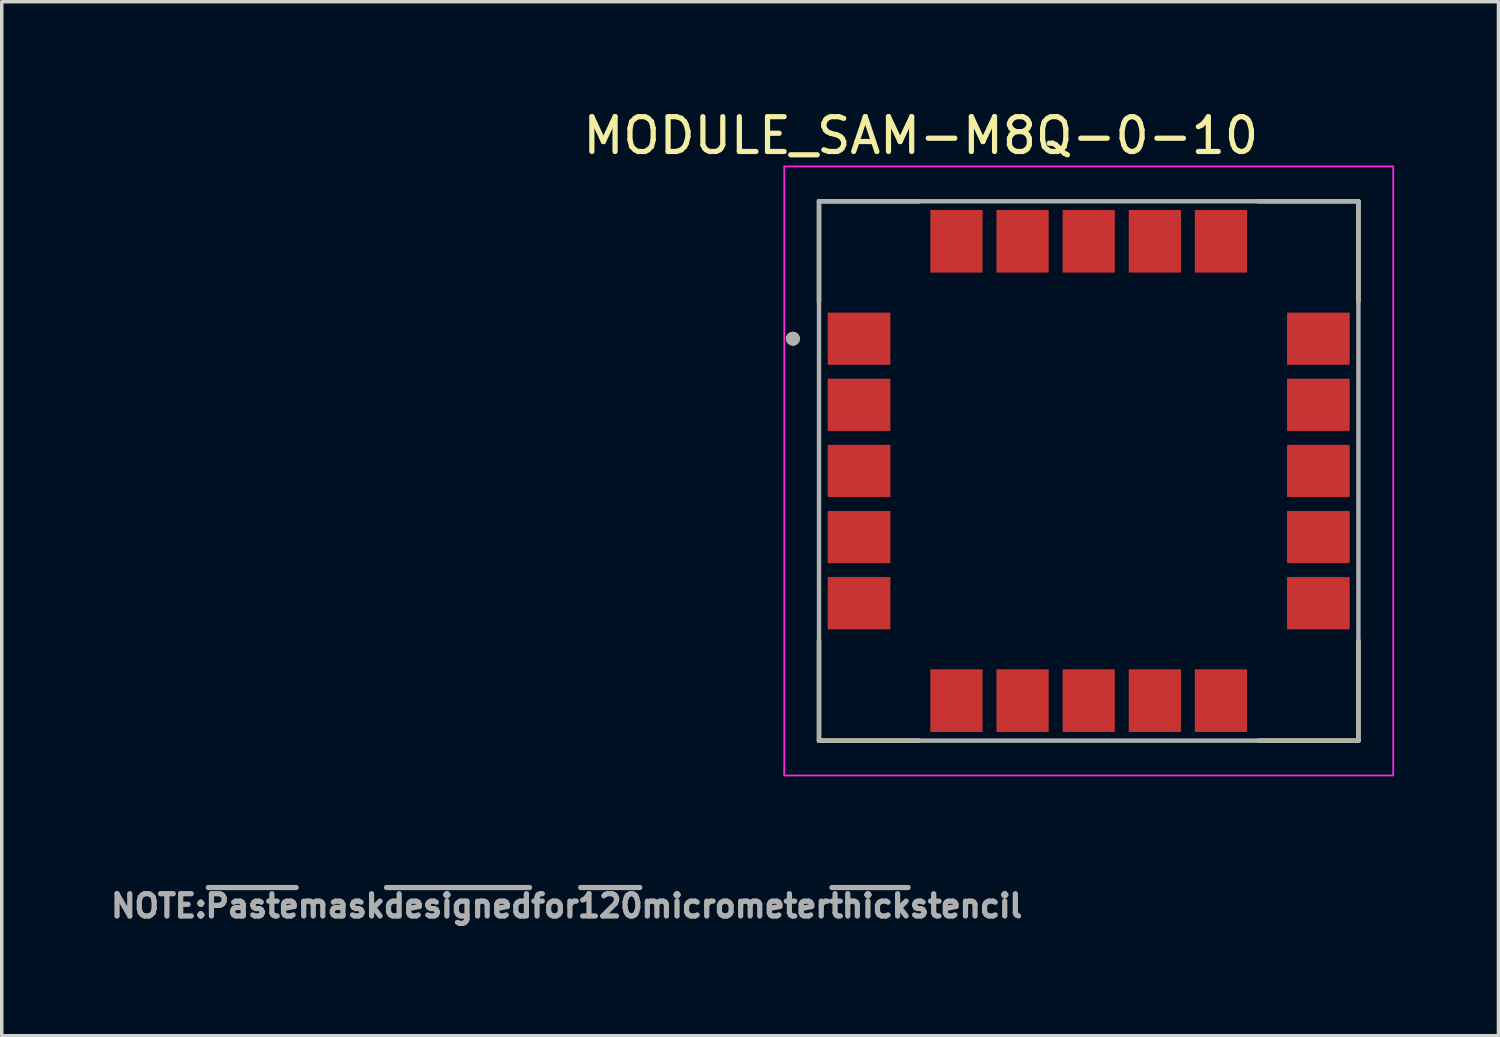
<source format=kicad_pcb>
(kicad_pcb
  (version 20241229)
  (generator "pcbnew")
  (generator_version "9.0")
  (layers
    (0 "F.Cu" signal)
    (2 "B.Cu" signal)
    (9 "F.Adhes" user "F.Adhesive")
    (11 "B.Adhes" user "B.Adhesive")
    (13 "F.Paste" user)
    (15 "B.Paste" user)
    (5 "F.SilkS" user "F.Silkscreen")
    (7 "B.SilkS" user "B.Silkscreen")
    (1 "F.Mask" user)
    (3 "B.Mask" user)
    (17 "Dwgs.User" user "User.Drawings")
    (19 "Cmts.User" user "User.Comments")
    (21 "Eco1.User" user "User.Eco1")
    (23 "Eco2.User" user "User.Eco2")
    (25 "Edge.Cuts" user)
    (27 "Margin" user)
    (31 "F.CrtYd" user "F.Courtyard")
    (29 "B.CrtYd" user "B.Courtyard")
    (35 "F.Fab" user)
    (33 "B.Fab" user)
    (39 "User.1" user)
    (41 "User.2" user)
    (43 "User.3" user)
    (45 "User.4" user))
  (footprint "MODULE_SAM-M8Q-0-10"
    (layer "F.Cu")
    (at 28.235 10.483)
    (property "Reference" "MODULE_SAM-M8Q-0-10" (at -4.825 -9.635 0) (layer "F.SilkS") (effects (font (size 1 1) (thickness 0.15))))
    (attr through_hole)
    (fp_poly (pts (xy -7.5 -4.55) (xy -5.7 -4.55) (xy -5.7 -3.05) (xy -7.5 -3.05)) (stroke (width 0.01) (type solid)) (fill yes) (layer "F.Mask"))
    (fp_poly (pts (xy -7.5 -2.65) (xy -5.7 -2.65) (xy -5.7 -1.15) (xy -7.5 -1.15)) (stroke (width 0.01) (type solid)) (fill yes) (layer "F.Mask"))
    (fp_poly (pts (xy -7.5 -0.75) (xy -5.7 -0.75) (xy -5.7 0.75) (xy -7.5 0.75)) (stroke (width 0.01) (type solid)) (fill yes) (layer "F.Mask"))
    (fp_poly (pts (xy -7.5 1.15) (xy -5.7 1.15) (xy -5.7 2.65) (xy -7.5 2.65)) (stroke (width 0.01) (type solid)) (fill yes) (layer "F.Mask"))
    (fp_poly (pts (xy -7.5 3.05) (xy -5.7 3.05) (xy -5.7 4.55) (xy -7.5 4.55)) (stroke (width 0.01) (type solid)) (fill yes) (layer "F.Mask"))
    (fp_poly (pts (xy -4.55 -7.5) (xy -3.05 -7.5) (xy -3.05 -5.7) (xy -4.55 -5.7)) (stroke (width 0.01) (type solid)) (fill yes) (layer "F.Mask"))
    (fp_poly (pts (xy -4.55 5.7) (xy -3.05 5.7) (xy -3.05 7.5) (xy -4.55 7.5)) (stroke (width 0.01) (type solid)) (fill yes) (layer "F.Mask"))
    (fp_poly (pts (xy -2.65 -7.5) (xy -1.15 -7.5) (xy -1.15 -5.7) (xy -2.65 -5.7)) (stroke (width 0.01) (type solid)) (fill yes) (layer "F.Mask"))
    (fp_poly (pts (xy -2.65 5.7) (xy -1.15 5.7) (xy -1.15 7.5) (xy -2.65 7.5)) (stroke (width 0.01) (type solid)) (fill yes) (layer "F.Mask"))
    (fp_poly (pts (xy -0.75 -7.5) (xy 0.75 -7.5) (xy 0.75 -5.7) (xy -0.75 -5.7)) (stroke (width 0.01) (type solid)) (fill yes) (layer "F.Mask"))
    (fp_poly (pts (xy -0.75 5.7) (xy 0.75 5.7) (xy 0.75 7.5) (xy -0.75 7.5)) (stroke (width 0.01) (type solid)) (fill yes) (layer "F.Mask"))
    (fp_poly (pts (xy 1.15 -7.5) (xy 2.65 -7.5) (xy 2.65 -5.7) (xy 1.15 -5.7)) (stroke (width 0.01) (type solid)) (fill yes) (layer "F.Mask"))
    (fp_poly (pts (xy 1.15 5.7) (xy 2.65 5.7) (xy 2.65 7.5) (xy 1.15 7.5)) (stroke (width 0.01) (type solid)) (fill yes) (layer "F.Mask"))
    (fp_poly (pts (xy 3.05 -7.5) (xy 4.55 -7.5) (xy 4.55 -5.7) (xy 3.05 -5.7)) (stroke (width 0.01) (type solid)) (fill yes) (layer "F.Mask"))
    (fp_poly (pts (xy 3.05 5.7) (xy 4.55 5.7) (xy 4.55 7.5) (xy 3.05 7.5)) (stroke (width 0.01) (type solid)) (fill yes) (layer "F.Mask"))
    (fp_poly (pts (xy 5.7 -4.55) (xy 7.5 -4.55) (xy 7.5 -3.05) (xy 5.7 -3.05)) (stroke (width 0.01) (type solid)) (fill yes) (layer "F.Mask"))
    (fp_poly (pts (xy 5.7 -2.65) (xy 7.5 -2.65) (xy 7.5 -1.15) (xy 5.7 -1.15)) (stroke (width 0.01) (type solid)) (fill yes) (layer "F.Mask"))
    (fp_poly (pts (xy 5.7 -0.75) (xy 7.5 -0.75) (xy 7.5 0.75) (xy 5.7 0.75)) (stroke (width 0.01) (type solid)) (fill yes) (layer "F.Mask"))
    (fp_poly (pts (xy 5.7 1.15) (xy 7.5 1.15) (xy 7.5 2.65) (xy 5.7 2.65)) (stroke (width 0.01) (type solid)) (fill yes) (layer "F.Mask"))
    (fp_poly (pts (xy 5.7 3.05) (xy 7.5 3.05) (xy 7.5 4.55) (xy 5.7 4.55)) (stroke (width 0.01) (type solid)) (fill yes) (layer "F.Mask"))
    (fp_line (start -7.75 -7.75) (end -4.87 -7.75) (stroke (width 0.127) (type solid)) (layer "F.SilkS"))
    (fp_line (start -7.75 -4.87) (end -7.75 -7.75) (stroke (width 0.127) (type solid)) (layer "F.SilkS"))
    (fp_line (start -7.75 7.75) (end -7.75 4.87) (stroke (width 0.127) (type solid)) (layer "F.SilkS"))
    (fp_line (start -4.87 7.75) (end -7.75 7.75) (stroke (width 0.127) (type solid)) (layer "F.SilkS"))
    (fp_line (start 4.87 -7.75) (end 7.75 -7.75) (stroke (width 0.127) (type solid)) (layer "F.SilkS"))
    (fp_line (start 7.75 -7.75) (end 7.75 -4.87) (stroke (width 0.127) (type solid)) (layer "F.SilkS"))
    (fp_line (start 7.75 7.75) (end 4.87 7.75) (stroke (width 0.127) (type solid)) (layer "F.SilkS"))
    (fp_line (start 7.75 7.75) (end 7.75 4.87) (stroke (width 0.127) (type solid)) (layer "F.SilkS"))
    (fp_circle (center -8.5 -3.8) (end -8.4 -3.8) (stroke (width 0.2) (type solid)) (fill no) (layer "F.SilkS"))
    (fp_poly (pts (xy -7.46 -4.515) (xy -6.74 -4.515) (xy -6.74 -3.935) (xy -7.46 -3.935)) (stroke (width 0.01) (type solid)) (fill yes) (layer "F.Paste"))
    (fp_poly (pts (xy -7.46 -3.665) (xy -6.74 -3.665) (xy -6.74 -3.085) (xy -7.46 -3.085)) (stroke (width 0.01) (type solid)) (fill yes) (layer "F.Paste"))
    (fp_poly (pts (xy -7.46 -2.615) (xy -6.74 -2.615) (xy -6.74 -2.035) (xy -7.46 -2.035)) (stroke (width 0.01) (type solid)) (fill yes) (layer "F.Paste"))
    (fp_poly (pts (xy -7.46 -1.765) (xy -6.74 -1.765) (xy -6.74 -1.185) (xy -7.46 -1.185)) (stroke (width 0.01) (type solid)) (fill yes) (layer "F.Paste"))
    (fp_poly (pts (xy -7.46 -0.715) (xy -6.74 -0.715) (xy -6.74 -0.135) (xy -7.46 -0.135)) (stroke (width 0.01) (type solid)) (fill yes) (layer "F.Paste"))
    (fp_poly (pts (xy -7.46 0.135) (xy -6.74 0.135) (xy -6.74 0.715) (xy -7.46 0.715)) (stroke (width 0.01) (type solid)) (fill yes) (layer "F.Paste"))
    (fp_poly (pts (xy -7.46 1.185) (xy -6.74 1.185) (xy -6.74 1.765) (xy -7.46 1.765)) (stroke (width 0.01) (type solid)) (fill yes) (layer "F.Paste"))
    (fp_poly (pts (xy -7.46 2.035) (xy -6.74 2.035) (xy -6.74 2.615) (xy -7.46 2.615)) (stroke (width 0.01) (type solid)) (fill yes) (layer "F.Paste"))
    (fp_poly (pts (xy -7.46 3.085) (xy -6.74 3.085) (xy -6.74 3.665) (xy -7.46 3.665)) (stroke (width 0.01) (type solid)) (fill yes) (layer "F.Paste"))
    (fp_poly (pts (xy -7.46 3.935) (xy -6.74 3.935) (xy -6.74 4.515) (xy -7.46 4.515)) (stroke (width 0.01) (type solid)) (fill yes) (layer "F.Paste"))
    (fp_poly (pts (xy -6.46 -4.515) (xy -5.74 -4.515) (xy -5.74 -3.935) (xy -6.46 -3.935)) (stroke (width 0.01) (type solid)) (fill yes) (layer "F.Paste"))
    (fp_poly (pts (xy -6.46 -3.665) (xy -5.74 -3.665) (xy -5.74 -3.085) (xy -6.46 -3.085)) (stroke (width 0.01) (type solid)) (fill yes) (layer "F.Paste"))
    (fp_poly (pts (xy -6.46 -2.615) (xy -5.74 -2.615) (xy -5.74 -2.035) (xy -6.46 -2.035)) (stroke (width 0.01) (type solid)) (fill yes) (layer "F.Paste"))
    (fp_poly (pts (xy -6.46 -1.765) (xy -5.74 -1.765) (xy -5.74 -1.185) (xy -6.46 -1.185)) (stroke (width 0.01) (type solid)) (fill yes) (layer "F.Paste"))
    (fp_poly (pts (xy -6.46 -0.715) (xy -5.74 -0.715) (xy -5.74 -0.135) (xy -6.46 -0.135)) (stroke (width 0.01) (type solid)) (fill yes) (layer "F.Paste"))
    (fp_poly (pts (xy -6.46 0.135) (xy -5.74 0.135) (xy -5.74 0.715) (xy -6.46 0.715)) (stroke (width 0.01) (type solid)) (fill yes) (layer "F.Paste"))
    (fp_poly (pts (xy -6.46 1.185) (xy -5.74 1.185) (xy -5.74 1.765) (xy -6.46 1.765)) (stroke (width 0.01) (type solid)) (fill yes) (layer "F.Paste"))
    (fp_poly (pts (xy -6.46 2.035) (xy -5.74 2.035) (xy -5.74 2.615) (xy -6.46 2.615)) (stroke (width 0.01) (type solid)) (fill yes) (layer "F.Paste"))
    (fp_poly (pts (xy -6.46 3.085) (xy -5.74 3.085) (xy -5.74 3.665) (xy -6.46 3.665)) (stroke (width 0.01) (type solid)) (fill yes) (layer "F.Paste"))
    (fp_poly (pts (xy -6.46 3.935) (xy -5.74 3.935) (xy -5.74 4.515) (xy -6.46 4.515)) (stroke (width 0.01) (type solid)) (fill yes) (layer "F.Paste"))
    (fp_poly (pts (xy -4.515 -7.46) (xy -3.935 -7.46) (xy -3.935 -6.74) (xy -4.515 -6.74)) (stroke (width 0.01) (type solid)) (fill yes) (layer "F.Paste"))
    (fp_poly (pts (xy -4.515 -6.46) (xy -3.935 -6.46) (xy -3.935 -5.74) (xy -4.515 -5.74)) (stroke (width 0.01) (type solid)) (fill yes) (layer "F.Paste"))
    (fp_poly (pts (xy -4.515 5.74) (xy -3.935 5.74) (xy -3.935 6.46) (xy -4.515 6.46)) (stroke (width 0.01) (type solid)) (fill yes) (layer "F.Paste"))
    (fp_poly (pts (xy -4.515 6.74) (xy -3.935 6.74) (xy -3.935 7.46) (xy -4.515 7.46)) (stroke (width 0.01) (type solid)) (fill yes) (layer "F.Paste"))
    (fp_poly (pts (xy -3.665 -7.46) (xy -3.085 -7.46) (xy -3.085 -6.74) (xy -3.665 -6.74)) (stroke (width 0.01) (type solid)) (fill yes) (layer "F.Paste"))
    (fp_poly (pts (xy -3.665 -6.46) (xy -3.085 -6.46) (xy -3.085 -5.74) (xy -3.665 -5.74)) (stroke (width 0.01) (type solid)) (fill yes) (layer "F.Paste"))
    (fp_poly (pts (xy -3.665 5.74) (xy -3.085 5.74) (xy -3.085 6.46) (xy -3.665 6.46)) (stroke (width 0.01) (type solid)) (fill yes) (layer "F.Paste"))
    (fp_poly (pts (xy -3.665 6.74) (xy -3.085 6.74) (xy -3.085 7.46) (xy -3.665 7.46)) (stroke (width 0.01) (type solid)) (fill yes) (layer "F.Paste"))
    (fp_poly (pts (xy -2.615 -7.46) (xy -2.035 -7.46) (xy -2.035 -6.74) (xy -2.615 -6.74)) (stroke (width 0.01) (type solid)) (fill yes) (layer "F.Paste"))
    (fp_poly (pts (xy -2.615 -6.46) (xy -2.035 -6.46) (xy -2.035 -5.74) (xy -2.615 -5.74)) (stroke (width 0.01) (type solid)) (fill yes) (layer "F.Paste"))
    (fp_poly (pts (xy -2.615 5.74) (xy -2.035 5.74) (xy -2.035 6.46) (xy -2.615 6.46)) (stroke (width 0.01) (type solid)) (fill yes) (layer "F.Paste"))
    (fp_poly (pts (xy -2.615 6.74) (xy -2.035 6.74) (xy -2.035 7.46) (xy -2.615 7.46)) (stroke (width 0.01) (type solid)) (fill yes) (layer "F.Paste"))
    (fp_poly (pts (xy -1.765 -7.46) (xy -1.185 -7.46) (xy -1.185 -6.74) (xy -1.765 -6.74)) (stroke (width 0.01) (type solid)) (fill yes) (layer "F.Paste"))
    (fp_poly (pts (xy -1.765 -6.46) (xy -1.185 -6.46) (xy -1.185 -5.74) (xy -1.765 -5.74)) (stroke (width 0.01) (type solid)) (fill yes) (layer "F.Paste"))
    (fp_poly (pts (xy -1.765 5.74) (xy -1.185 5.74) (xy -1.185 6.46) (xy -1.765 6.46)) (stroke (width 0.01) (type solid)) (fill yes) (layer "F.Paste"))
    (fp_poly (pts (xy -1.765 6.74) (xy -1.185 6.74) (xy -1.185 7.46) (xy -1.765 7.46)) (stroke (width 0.01) (type solid)) (fill yes) (layer "F.Paste"))
    (fp_poly (pts (xy -0.715 -7.46) (xy -0.135 -7.46) (xy -0.135 -6.74) (xy -0.715 -6.74)) (stroke (width 0.01) (type solid)) (fill yes) (layer "F.Paste"))
    (fp_poly (pts (xy -0.715 -6.46) (xy -0.135 -6.46) (xy -0.135 -5.74) (xy -0.715 -5.74)) (stroke (width 0.01) (type solid)) (fill yes) (layer "F.Paste"))
    (fp_poly (pts (xy -0.715 5.74) (xy -0.135 5.74) (xy -0.135 6.46) (xy -0.715 6.46)) (stroke (width 0.01) (type solid)) (fill yes) (layer "F.Paste"))
    (fp_poly (pts (xy -0.715 6.74) (xy -0.135 6.74) (xy -0.135 7.46) (xy -0.715 7.46)) (stroke (width 0.01) (type solid)) (fill yes) (layer "F.Paste"))
    (fp_poly (pts (xy 0.135 -7.46) (xy 0.715 -7.46) (xy 0.715 -6.74) (xy 0.135 -6.74)) (stroke (width 0.01) (type solid)) (fill yes) (layer "F.Paste"))
    (fp_poly (pts (xy 0.135 -6.46) (xy 0.715 -6.46) (xy 0.715 -5.74) (xy 0.135 -5.74)) (stroke (width 0.01) (type solid)) (fill yes) (layer "F.Paste"))
    (fp_poly (pts (xy 0.135 5.74) (xy 0.715 5.74) (xy 0.715 6.46) (xy 0.135 6.46)) (stroke (width 0.01) (type solid)) (fill yes) (layer "F.Paste"))
    (fp_poly (pts (xy 0.135 6.74) (xy 0.715 6.74) (xy 0.715 7.46) (xy 0.135 7.46)) (stroke (width 0.01) (type solid)) (fill yes) (layer "F.Paste"))
    (fp_poly (pts (xy 1.185 -7.46) (xy 1.765 -7.46) (xy 1.765 -6.74) (xy 1.185 -6.74)) (stroke (width 0.01) (type solid)) (fill yes) (layer "F.Paste"))
    (fp_poly (pts (xy 1.185 -6.46) (xy 1.765 -6.46) (xy 1.765 -5.74) (xy 1.185 -5.74)) (stroke (width 0.01) (type solid)) (fill yes) (layer "F.Paste"))
    (fp_poly (pts (xy 1.185 5.74) (xy 1.765 5.74) (xy 1.765 6.46) (xy 1.185 6.46)) (stroke (width 0.01) (type solid)) (fill yes) (layer "F.Paste"))
    (fp_poly (pts (xy 1.185 6.74) (xy 1.765 6.74) (xy 1.765 7.46) (xy 1.185 7.46)) (stroke (width 0.01) (type solid)) (fill yes) (layer "F.Paste"))
    (fp_poly (pts (xy 2.035 -7.46) (xy 2.615 -7.46) (xy 2.615 -6.74) (xy 2.035 -6.74)) (stroke (width 0.01) (type solid)) (fill yes) (layer "F.Paste"))
    (fp_poly (pts (xy 2.035 -6.46) (xy 2.615 -6.46) (xy 2.615 -5.74) (xy 2.035 -5.74)) (stroke (width 0.01) (type solid)) (fill yes) (layer "F.Paste"))
    (fp_poly (pts (xy 2.035 5.74) (xy 2.615 5.74) (xy 2.615 6.46) (xy 2.035 6.46)) (stroke (width 0.01) (type solid)) (fill yes) (layer "F.Paste"))
    (fp_poly (pts (xy 2.035 6.74) (xy 2.615 6.74) (xy 2.615 7.46) (xy 2.035 7.46)) (stroke (width 0.01) (type solid)) (fill yes) (layer "F.Paste"))
    (fp_poly (pts (xy 3.085 -7.46) (xy 3.665 -7.46) (xy 3.665 -6.74) (xy 3.085 -6.74)) (stroke (width 0.01) (type solid)) (fill yes) (layer "F.Paste"))
    (fp_poly (pts (xy 3.085 -6.46) (xy 3.665 -6.46) (xy 3.665 -5.74) (xy 3.085 -5.74)) (stroke (width 0.01) (type solid)) (fill yes) (layer "F.Paste"))
    (fp_poly (pts (xy 3.085 5.74) (xy 3.665 5.74) (xy 3.665 6.46) (xy 3.085 6.46)) (stroke (width 0.01) (type solid)) (fill yes) (layer "F.Paste"))
    (fp_poly (pts (xy 3.085 6.74) (xy 3.665 6.74) (xy 3.665 7.46) (xy 3.085 7.46)) (stroke (width 0.01) (type solid)) (fill yes) (layer "F.Paste"))
    (fp_poly (pts (xy 3.935 -7.46) (xy 4.515 -7.46) (xy 4.515 -6.74) (xy 3.935 -6.74)) (stroke (width 0.01) (type solid)) (fill yes) (layer "F.Paste"))
    (fp_poly (pts (xy 3.935 -6.46) (xy 4.515 -6.46) (xy 4.515 -5.74) (xy 3.935 -5.74)) (stroke (width 0.01) (type solid)) (fill yes) (layer "F.Paste"))
    (fp_poly (pts (xy 3.935 5.74) (xy 4.515 5.74) (xy 4.515 6.46) (xy 3.935 6.46)) (stroke (width 0.01) (type solid)) (fill yes) (layer "F.Paste"))
    (fp_poly (pts (xy 3.935 6.74) (xy 4.515 6.74) (xy 4.515 7.46) (xy 3.935 7.46)) (stroke (width 0.01) (type solid)) (fill yes) (layer "F.Paste"))
    (fp_poly (pts (xy 5.74 -4.515) (xy 6.46 -4.515) (xy 6.46 -3.935) (xy 5.74 -3.935)) (stroke (width 0.01) (type solid)) (fill yes) (layer "F.Paste"))
    (fp_poly (pts (xy 5.74 -3.665) (xy 6.46 -3.665) (xy 6.46 -3.085) (xy 5.74 -3.085)) (stroke (width 0.01) (type solid)) (fill yes) (layer "F.Paste"))
    (fp_poly (pts (xy 5.74 -2.615) (xy 6.46 -2.615) (xy 6.46 -2.035) (xy 5.74 -2.035)) (stroke (width 0.01) (type solid)) (fill yes) (layer "F.Paste"))
    (fp_poly (pts (xy 5.74 -1.765) (xy 6.46 -1.765) (xy 6.46 -1.185) (xy 5.74 -1.185)) (stroke (width 0.01) (type solid)) (fill yes) (layer "F.Paste"))
    (fp_poly (pts (xy 5.74 -0.715) (xy 6.46 -0.715) (xy 6.46 -0.135) (xy 5.74 -0.135)) (stroke (width 0.01) (type solid)) (fill yes) (layer "F.Paste"))
    (fp_poly (pts (xy 5.74 0.135) (xy 6.46 0.135) (xy 6.46 0.715) (xy 5.74 0.715)) (stroke (width 0.01) (type solid)) (fill yes) (layer "F.Paste"))
    (fp_poly (pts (xy 5.74 1.185) (xy 6.46 1.185) (xy 6.46 1.765) (xy 5.74 1.765)) (stroke (width 0.01) (type solid)) (fill yes) (layer "F.Paste"))
    (fp_poly (pts (xy 5.74 2.035) (xy 6.46 2.035) (xy 6.46 2.615) (xy 5.74 2.615)) (stroke (width 0.01) (type solid)) (fill yes) (layer "F.Paste"))
    (fp_poly (pts (xy 5.74 3.085) (xy 6.46 3.085) (xy 6.46 3.665) (xy 5.74 3.665)) (stroke (width 0.01) (type solid)) (fill yes) (layer "F.Paste"))
    (fp_poly (pts (xy 5.74 3.935) (xy 6.46 3.935) (xy 6.46 4.515) (xy 5.74 4.515)) (stroke (width 0.01) (type solid)) (fill yes) (layer "F.Paste"))
    (fp_poly (pts (xy 6.74 -4.515) (xy 7.46 -4.515) (xy 7.46 -3.935) (xy 6.74 -3.935)) (stroke (width 0.01) (type solid)) (fill yes) (layer "F.Paste"))
    (fp_poly (pts (xy 6.74 -3.665) (xy 7.46 -3.665) (xy 7.46 -3.085) (xy 6.74 -3.085)) (stroke (width 0.01) (type solid)) (fill yes) (layer "F.Paste"))
    (fp_poly (pts (xy 6.74 -2.615) (xy 7.46 -2.615) (xy 7.46 -2.035) (xy 6.74 -2.035)) (stroke (width 0.01) (type solid)) (fill yes) (layer "F.Paste"))
    (fp_poly (pts (xy 6.74 -1.765) (xy 7.46 -1.765) (xy 7.46 -1.185) (xy 6.74 -1.185)) (stroke (width 0.01) (type solid)) (fill yes) (layer "F.Paste"))
    (fp_poly (pts (xy 6.74 -0.715) (xy 7.46 -0.715) (xy 7.46 -0.135) (xy 6.74 -0.135)) (stroke (width 0.01) (type solid)) (fill yes) (layer "F.Paste"))
    (fp_poly (pts (xy 6.74 0.135) (xy 7.46 0.135) (xy 7.46 0.715) (xy 6.74 0.715)) (stroke (width 0.01) (type solid)) (fill yes) (layer "F.Paste"))
    (fp_poly (pts (xy 6.74 1.185) (xy 7.46 1.185) (xy 7.46 1.765) (xy 6.74 1.765)) (stroke (width 0.01) (type solid)) (fill yes) (layer "F.Paste"))
    (fp_poly (pts (xy 6.74 2.035) (xy 7.46 2.035) (xy 7.46 2.615) (xy 6.74 2.615)) (stroke (width 0.01) (type solid)) (fill yes) (layer "F.Paste"))
    (fp_poly (pts (xy 6.74 3.085) (xy 7.46 3.085) (xy 7.46 3.665) (xy 6.74 3.665)) (stroke (width 0.01) (type solid)) (fill yes) (layer "F.Paste"))
    (fp_poly (pts (xy 6.74 3.935) (xy 7.46 3.935) (xy 7.46 4.515) (xy 6.74 4.515)) (stroke (width 0.01) (type solid)) (fill yes) (layer "F.Paste"))
    (fp_line (start -8.75 -8.75) (end -8.75 8.75) (stroke (width 0.05) (type solid)) (layer "F.CrtYd"))
    (fp_line (start -8.75 8.75) (end 8.75 8.75) (stroke (width 0.05) (type solid)) (layer "F.CrtYd"))
    (fp_line (start 8.75 -8.75) (end -8.75 -8.75) (stroke (width 0.05) (type solid)) (layer "F.CrtYd"))
    (fp_line (start 8.75 8.75) (end 8.75 -8.75) (stroke (width 0.05) (type solid)) (layer "F.CrtYd"))
    (fp_line (start -7.75 -7.75) (end 7.75 -7.75) (stroke (width 0.127) (type solid)) (layer "F.Fab"))
    (fp_line (start -7.75 7.75) (end -7.75 -7.75) (stroke (width 0.127) (type solid)) (layer "F.Fab"))
    (fp_line (start 7.75 -7.75) (end 7.75 7.75) (stroke (width 0.127) (type solid)) (layer "F.Fab"))
    (fp_line (start 7.75 7.75) (end -7.75 7.75) (stroke (width 0.127) (type solid)) (layer "F.Fab"))
    (fp_circle (center -8.5 -3.8) (end -8.4 -3.8) (stroke (width 0.2) (type solid)) (fill no) (layer "F.Fab"))
    (fp_text user "NOTE:~{Paste}mask~{designed}for~{120}micrometer~{thick}stencil" (at -15 12.5 0) (layer "F.Fab") (effects (font (size 0.64 0.64) (thickness 0.15))))
    (pad "1" smd rect (at -6.6 -3.8) (size 1.8 1.5) (layers "F.Cu"))
    (pad "2" smd rect (at -6.6 -1.9) (size 1.8 1.5) (layers "F.Cu"))
    (pad "3" smd rect (at -6.6 0) (size 1.8 1.5) (layers "F.Cu"))
    (pad "4" smd rect (at -6.6 1.9) (size 1.8 1.5) (layers "F.Cu"))
    (pad "5" smd rect (at -6.6 3.8) (size 1.8 1.5) (layers "F.Cu"))
    (pad "6" smd rect (at -3.8 6.6) (size 1.5 1.8) (layers "F.Cu"))
    (pad "7" smd rect (at -1.9 6.6) (size 1.5 1.8) (layers "F.Cu"))
    (pad "8" smd rect (at 0 6.6) (size 1.5 1.8) (layers "F.Cu"))
    (pad "9" smd rect (at 1.9 6.6) (size 1.5 1.8) (layers "F.Cu"))
    (pad "10" smd rect (at 3.8 6.6) (size 1.5 1.8) (layers "F.Cu"))
    (pad "11" smd rect (at 6.6 3.8) (size 1.8 1.5) (layers "F.Cu"))
    (pad "12" smd rect (at 6.6 1.9) (size 1.8 1.5) (layers "F.Cu"))
    (pad "13" smd rect (at 6.6 0) (size 1.8 1.5) (layers "F.Cu"))
    (pad "14" smd rect (at 6.6 -1.9) (size 1.8 1.5) (layers "F.Cu"))
    (pad "15" smd rect (at 6.6 -3.8) (size 1.8 1.5) (layers "F.Cu"))
    (pad "16" smd rect (at 3.8 -6.6) (size 1.5 1.8) (layers "F.Cu"))
    (pad "17" smd rect (at 1.9 -6.6) (size 1.5 1.8) (layers "F.Cu"))
    (pad "18" smd rect (at 0 -6.6) (size 1.5 1.8) (layers "F.Cu"))
    (pad "19" smd rect (at -1.9 -6.6) (size 1.5 1.8) (layers "F.Cu"))
    (pad "20" smd rect (at -3.8 -6.6) (size 1.5 1.8) (layers "F.Cu")))
  (gr_rect
    (start -3 -3)
    (end 40.01 26.712)
    (stroke (width 0.1) (type default))
    (fill no)
    (layer "Edge.Cuts")))
</source>
